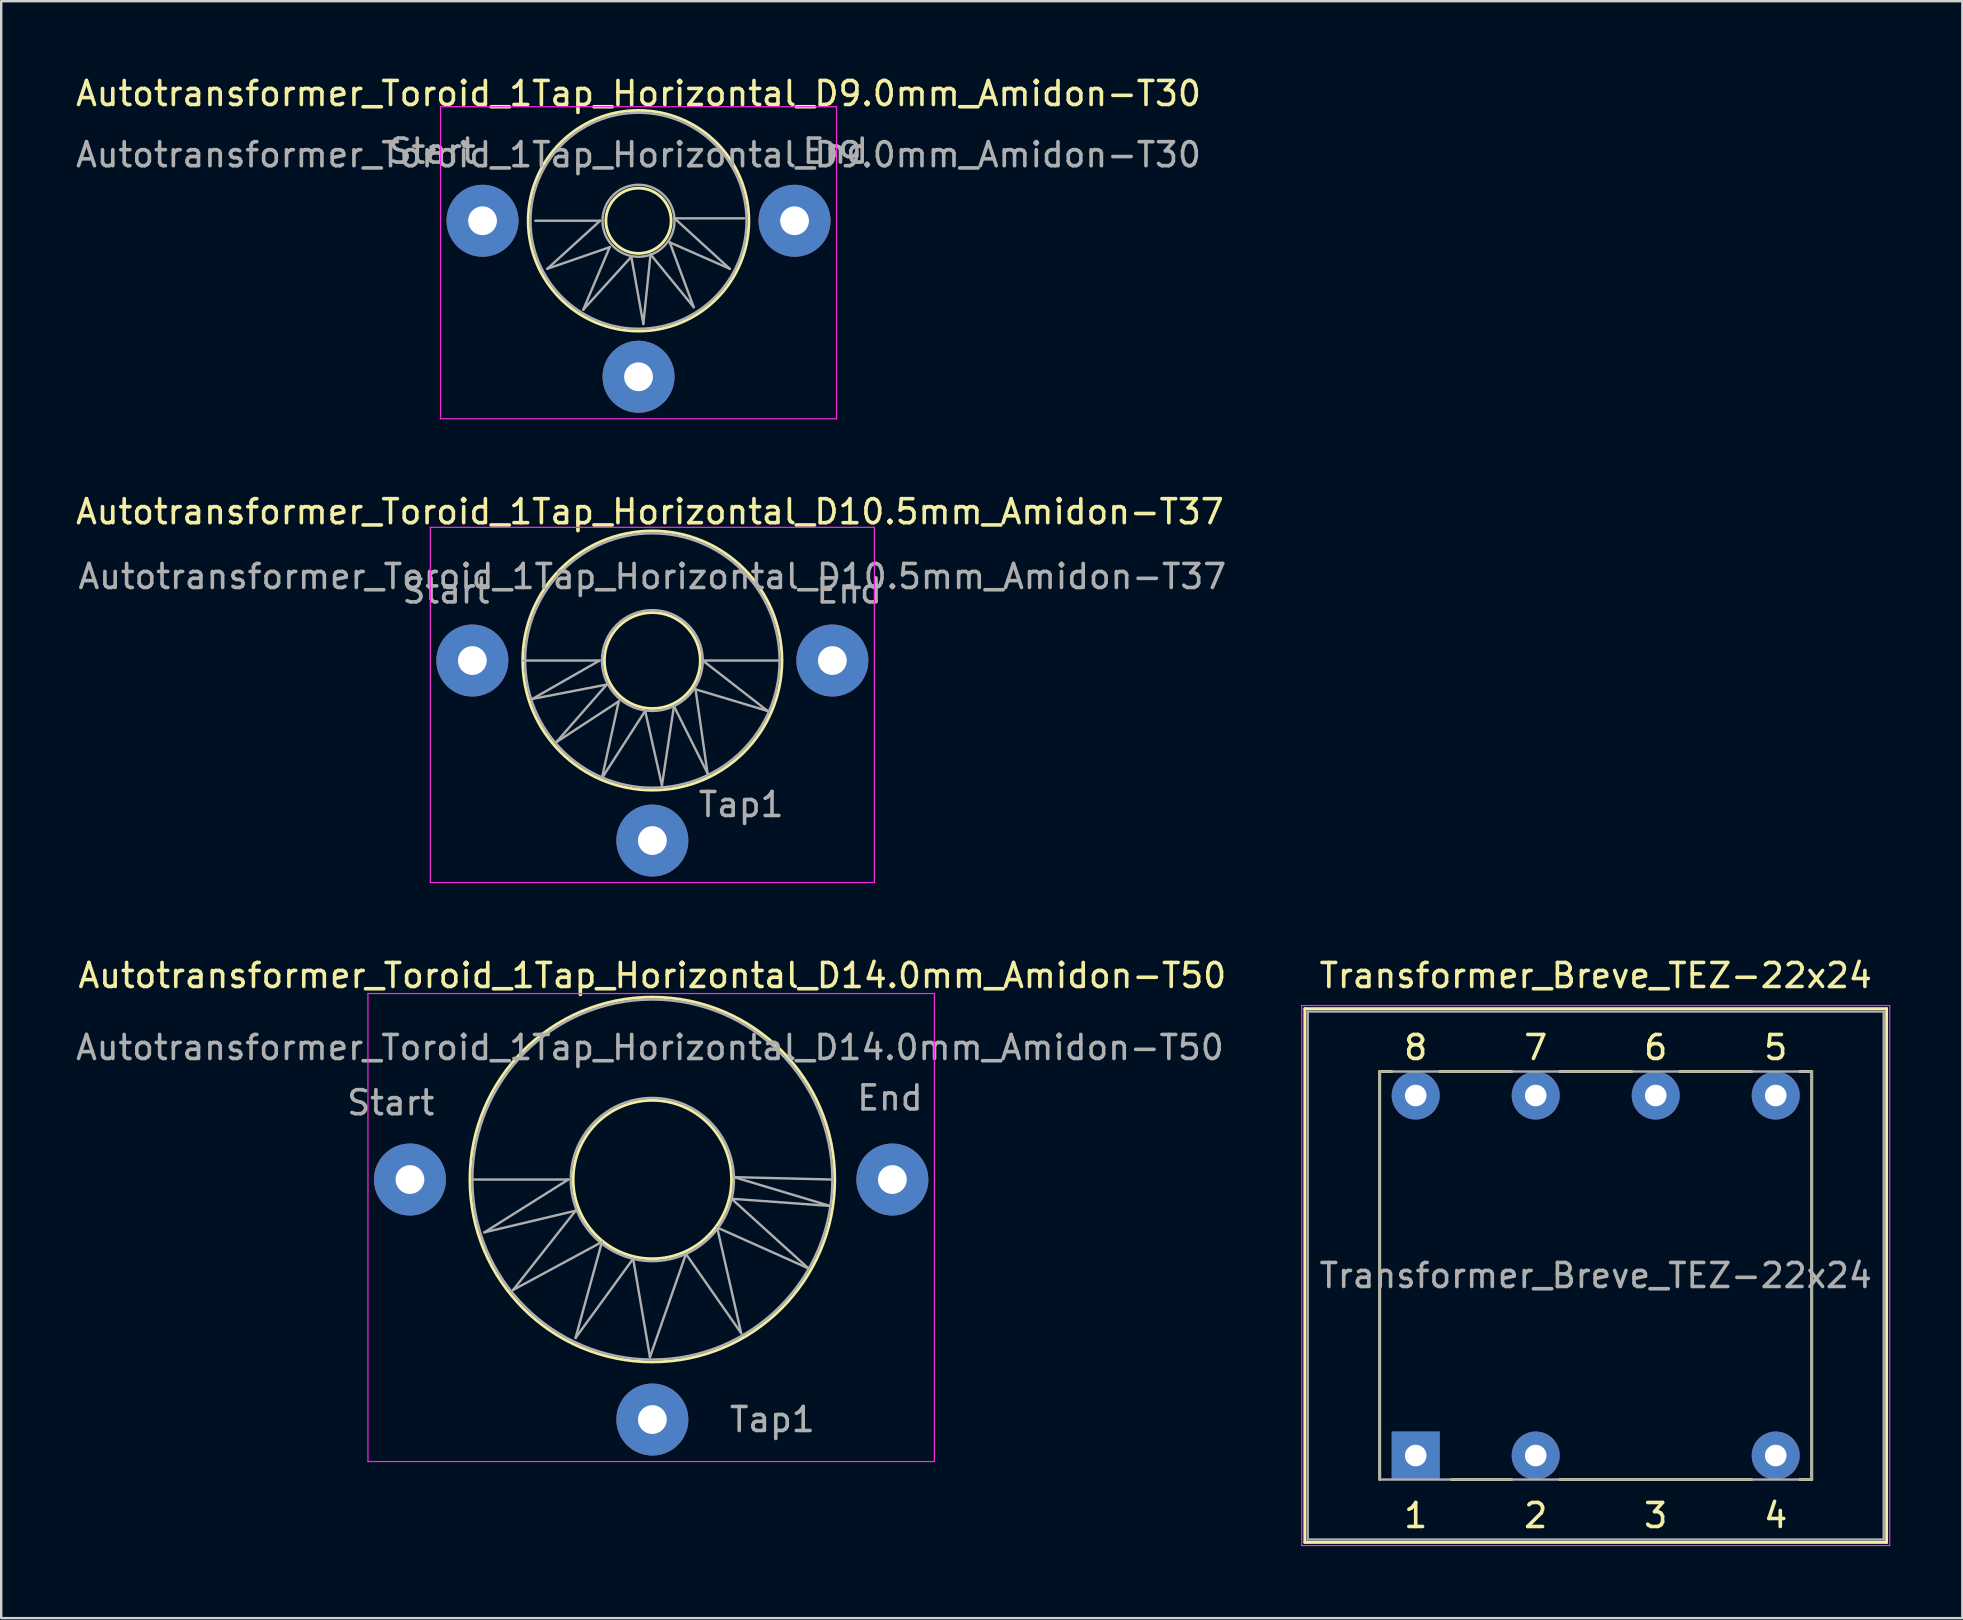
<source format=kicad_pcb>
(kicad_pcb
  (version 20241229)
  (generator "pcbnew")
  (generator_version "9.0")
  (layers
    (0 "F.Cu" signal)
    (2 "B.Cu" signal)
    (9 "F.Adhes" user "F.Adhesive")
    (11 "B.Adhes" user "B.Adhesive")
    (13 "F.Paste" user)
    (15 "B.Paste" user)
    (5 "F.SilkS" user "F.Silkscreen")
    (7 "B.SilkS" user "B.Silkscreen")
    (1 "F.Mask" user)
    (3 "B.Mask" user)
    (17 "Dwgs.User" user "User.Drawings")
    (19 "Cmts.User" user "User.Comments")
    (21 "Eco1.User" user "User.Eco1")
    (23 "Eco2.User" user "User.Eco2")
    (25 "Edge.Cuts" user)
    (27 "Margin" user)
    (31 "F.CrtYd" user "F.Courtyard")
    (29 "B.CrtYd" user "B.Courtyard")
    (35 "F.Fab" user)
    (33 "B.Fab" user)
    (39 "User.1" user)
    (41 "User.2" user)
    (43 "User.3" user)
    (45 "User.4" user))
  (footprint "Autotransformer_Toroid_1Tap_Horizontal_D14.0mm_Amidon-T50"
    (layer "F.Cu")
    (at 14.03 46.095)
    (property "Reference" "Autotransformer_Toroid_1Tap_Horizontal_D14.0mm_Amidon-T50" (at 10.1 -8.5 0) (layer "F.SilkS") (effects (font (size 1 1) (thickness 0.15))))
    (attr through_hole)
    (fp_circle (center 10.1 0) (end 13.4 0) (stroke (width 0.12) (type solid)) (fill no) (layer "F.SilkS"))
    (fp_circle (center 10.1 0) (end 17.7 0) (stroke (width 0.12) (type solid)) (fill no) (layer "F.SilkS"))
    (fp_line (start -1.75 -7.75) (end -1.75 11.75) (stroke (width 0.05) (type solid)) (layer "F.CrtYd"))
    (fp_line (start -1.75 -7.75) (end 21.85 -7.75) (stroke (width 0.05) (type solid)) (layer "F.CrtYd"))
    (fp_line (start 21.85 11.75) (end -1.75 11.75) (stroke (width 0.05) (type solid)) (layer "F.CrtYd"))
    (fp_line (start 21.85 11.75) (end 21.85 -7.75) (stroke (width 0.05) (type solid)) (layer "F.CrtYd"))
    (fp_line (start 2.6 0) (end 6.6 0) (stroke (width 0.1) (type solid)) (layer "F.Fab"))
    (fp_line (start 3.1 2.2) (end 6.9 1.3) (stroke (width 0.1) (type solid)) (layer "F.Fab"))
    (fp_line (start 4.3 4.6) (end 8 2.6) (stroke (width 0.1) (type solid)) (layer "F.Fab"))
    (fp_line (start 6.6 0) (end 3.1 2.2) (stroke (width 0.1) (type solid)) (layer "F.Fab"))
    (fp_line (start 6.9 1.3) (end 4.3 4.6) (stroke (width 0.1) (type solid)) (layer "F.Fab"))
    (fp_line (start 6.9 6.6) (end 9.3 3.3) (stroke (width 0.1) (type solid)) (layer "F.Fab"))
    (fp_line (start 8 2.6) (end 6.9 6.6) (stroke (width 0.1) (type solid)) (layer "F.Fab"))
    (fp_line (start 9.3 3.3) (end 10 7.4) (stroke (width 0.1) (type solid)) (layer "F.Fab"))
    (fp_line (start 10 7.4) (end 11.5 3.1) (stroke (width 0.1) (type solid)) (layer "F.Fab"))
    (fp_line (start 11.5 3.1) (end 13.8 6.4) (stroke (width 0.1) (type solid)) (layer "F.Fab"))
    (fp_line (start 12.8 2) (end 16.6 3.7) (stroke (width 0.1) (type solid)) (layer "F.Fab"))
    (fp_line (start 13.4 0.8) (end 17.5 1.1) (stroke (width 0.1) (type solid)) (layer "F.Fab"))
    (fp_line (start 13.5 -0.1) (end 17.6 0) (stroke (width 0.1) (type solid)) (layer "F.Fab"))
    (fp_line (start 13.8 6.4) (end 12.8 2) (stroke (width 0.1) (type solid)) (layer "F.Fab"))
    (fp_line (start 16.6 3.7) (end 13.4 0.8) (stroke (width 0.1) (type solid)) (layer "F.Fab"))
    (fp_line (start 17.5 1.1) (end 13.5 -0.1) (stroke (width 0.1) (type solid)) (layer "F.Fab"))
    (fp_circle (center 10.1 0) (end 13.5 0) (stroke (width 0.1) (type solid)) (fill no) (layer "F.Fab"))
    (fp_circle (center 10.1 0) (end 17.6 0) (stroke (width 0.1) (type solid)) (fill no) (layer "F.Fab"))
    (fp_text user "${REFERENCE}" (at 10 -5.5 0) (layer "F.Fab") (effects (font (size 1 1) (thickness 0.15))))
    (fp_text user "Start" (at -0.8 -3.2 0) (layer "F.Fab") (effects (font (size 1 1) (thickness 0.15))))
    (fp_text user "End" (at 20 -3.4 0) (layer "F.Fab") (effects (font (size 1 1) (thickness 0.15))))
    (fp_text user "Tap1" (at 15.1 10 0) (layer "F.Fab") (effects (font (size 1 1) (thickness 0.15))))
    (pad "1" thru_hole circle (at 0 0) (size 3 3) (drill 1.2) (layers "*.Cu" "*.Mask"))
    (pad "2" thru_hole circle (at 10.1 10) (size 3 3) (drill 1.2) (layers "*.Cu" "*.Mask"))
    (pad "3" thru_hole circle (at 20.1 0) (size 3 3) (drill 1.2) (layers "*.Cu" "*.Mask")))
  (footprint "Transformer_Breve_TEZ-22x24"
    (layer "F.Cu")
    (at 55.935 57.595)
    (property "Reference" "Transformer_Breve_TEZ-22x24" (at 7.5 -20 0) (layer "F.SilkS") (effects (font (size 1 1) (thickness 0.15))))
    (attr through_hole)
    (fp_line (start -4.62 -18.62) (end -4.62 3.62) (stroke (width 0.12) (type solid)) (layer "F.SilkS"))
    (fp_line (start -4.62 -18.62) (end 19.62 -18.62) (stroke (width 0.12) (type solid)) (layer "F.SilkS"))
    (fp_line (start -1.5 1) (end -1.5 -16) (stroke (width 0.12) (type solid)) (layer "F.SilkS"))
    (fp_line (start -1 -16) (end -1.5 -16) (stroke (width 0.12) (type solid)) (layer "F.SilkS"))
    (fp_line (start 1 -16) (end 4 -16) (stroke (width 0.12) (type solid)) (layer "F.SilkS"))
    (fp_line (start 4 1) (end 1.5 1) (stroke (width 0.12) (type solid)) (layer "F.SilkS"))
    (fp_line (start 6 -16) (end 9 -16) (stroke (width 0.12) (type solid)) (layer "F.SilkS"))
    (fp_line (start 6 1) (end 14 1) (stroke (width 0.12) (type solid)) (layer "F.SilkS"))
    (fp_line (start 11 -16) (end 14 -16) (stroke (width 0.12) (type solid)) (layer "F.SilkS"))
    (fp_line (start 16 -16) (end 16.5 -16) (stroke (width 0.12) (type solid)) (layer "F.SilkS"))
    (fp_line (start 16 1) (end 16.5 1) (stroke (width 0.12) (type solid)) (layer "F.SilkS"))
    (fp_line (start 16.5 1) (end 16.5 -16) (stroke (width 0.12) (type solid)) (layer "F.SilkS"))
    (fp_line (start 19.62 3.62) (end -4.62 3.62) (stroke (width 0.12) (type solid)) (layer "F.SilkS"))
    (fp_line (start 19.62 3.62) (end 19.62 -18.62) (stroke (width 0.12) (type solid)) (layer "F.SilkS"))
    (fp_line (start -4.75 -18.75) (end -4.75 3.75) (stroke (width 0.05) (type solid)) (layer "F.CrtYd"))
    (fp_line (start -4.75 -18.75) (end 19.75 -18.75) (stroke (width 0.05) (type solid)) (layer "F.CrtYd"))
    (fp_line (start 19.75 3.75) (end -4.75 3.75) (stroke (width 0.05) (type solid)) (layer "F.CrtYd"))
    (fp_line (start 19.75 3.75) (end 19.75 -18.75) (stroke (width 0.05) (type solid)) (layer "F.CrtYd"))
    (fp_line (start -4.5 -18.5) (end 19.5 -18.5) (stroke (width 0.1) (type solid)) (layer "F.Fab"))
    (fp_line (start -4.5 3.5) (end -4.5 -18.5) (stroke (width 0.1) (type solid)) (layer "F.Fab"))
    (fp_line (start -1.5 -16) (end 16.5 -16) (stroke (width 0.1) (type solid)) (layer "F.Fab"))
    (fp_line (start -1.5 1) (end -1.5 -16) (stroke (width 0.1) (type solid)) (layer "F.Fab"))
    (fp_line (start 16.5 -16) (end 16.5 1) (stroke (width 0.1) (type solid)) (layer "F.Fab"))
    (fp_line (start 16.5 1) (end -1.5 1) (stroke (width 0.1) (type solid)) (layer "F.Fab"))
    (fp_line (start 19.5 -18.5) (end 19.5 3.5) (stroke (width 0.1) (type solid)) (layer "F.Fab"))
    (fp_line (start 19.5 3.5) (end -4.5 3.5) (stroke (width 0.1) (type solid)) (layer "F.Fab"))
    (fp_text user "1" (at 0 2.5 0) (layer "F.SilkS") (effects (font (size 1 1) (thickness 0.15))))
    (fp_text user "3" (at 10 2.5 0) (layer "F.SilkS") (effects (font (size 1 1) (thickness 0.15))))
    (fp_text user "8" (at 0 -17 0) (layer "F.SilkS") (effects (font (size 1 1) (thickness 0.15))))
    (fp_text user "6" (at 10 -17 0) (layer "F.SilkS") (effects (font (size 1 1) (thickness 0.15))))
    (fp_text user "2" (at 5 2.5 0) (layer "F.SilkS") (effects (font (size 1 1) (thickness 0.15))))
    (fp_text user "7" (at 5 -17 0) (layer "F.SilkS") (effects (font (size 1 1) (thickness 0.15))))
    (fp_text user "5" (at 15 -17 0) (layer "F.SilkS") (effects (font (size 1 1) (thickness 0.15))))
    (fp_text user "4" (at 15 2.5 0) (layer "F.SilkS") (effects (font (size 1 1) (thickness 0.15))))
    (fp_text user "${REFERENCE}" (at 7.5 -7.5 0) (layer "F.Fab") (effects (font (size 1 1) (thickness 0.15))))
    (pad "1" thru_hole rect (at 0 0) (size 2 2) (drill 0.9) (layers "*.Cu" "*.Mask"))
    (pad "2" thru_hole circle (at 5 0) (size 2 2) (drill 0.9) (layers "*.Cu" "*.Mask"))
    (pad "4" thru_hole circle (at 15 0) (size 2 2) (drill 0.9) (layers "*.Cu" "*.Mask"))
    (pad "5" thru_hole circle (at 15 -15) (size 2 2) (drill 0.9) (layers "*.Cu" "*.Mask"))
    (pad "6" thru_hole circle (at 10 -15) (size 2 2) (drill 0.9) (layers "*.Cu" "*.Mask"))
    (pad "7" thru_hole circle (at 5 -15) (size 2 2) (drill 0.9) (layers "*.Cu" "*.Mask"))
    (pad "8" thru_hole circle (at 0 -15) (size 2 2) (drill 0.9) (layers "*.Cu" "*.Mask")))
  (footprint "Autotransformer_Toroid_1Tap_Horizontal_D10.5mm_Amidon-T37"
    (layer "F.Cu")
    (at 16.63 24.471)
    (property "Reference" "Autotransformer_Toroid_1Tap_Horizontal_D10.5mm_Amidon-T37" (at 7.4 -6.2 0) (layer "F.SilkS") (effects (font (size 1 1) (thickness 0.15))))
    (attr through_hole)
    (fp_circle (center 7.5 0) (end 9.5 0) (stroke (width 0.12) (type solid)) (fill no) (layer "F.SilkS"))
    (fp_circle (center 7.5 0) (end 12.9 0) (stroke (width 0.12) (type solid)) (fill no) (layer "F.SilkS"))
    (fp_line (start -1.75 -5.55) (end -1.75 9.25) (stroke (width 0.05) (type solid)) (layer "F.CrtYd"))
    (fp_line (start -1.75 -5.55) (end 16.75 -5.55) (stroke (width 0.05) (type solid)) (layer "F.CrtYd"))
    (fp_line (start 16.75 9.25) (end -1.75 9.25) (stroke (width 0.05) (type solid)) (layer "F.CrtYd"))
    (fp_line (start 16.75 9.25) (end 16.75 -5.55) (stroke (width 0.05) (type solid)) (layer "F.CrtYd"))
    (fp_line (start 2.1 0) (end 5.3 0) (stroke (width 0.1) (type solid)) (layer "F.Fab"))
    (fp_line (start 2.5 1.6) (end 5.6 1) (stroke (width 0.1) (type solid)) (layer "F.Fab"))
    (fp_line (start 3.5 3.4) (end 6.1 1.7) (stroke (width 0.1) (type solid)) (layer "F.Fab"))
    (fp_line (start 5.3 0) (end 2.5 1.6) (stroke (width 0.1) (type solid)) (layer "F.Fab"))
    (fp_line (start 5.4 4.9) (end 7.2 2.1) (stroke (width 0.1) (type solid)) (layer "F.Fab"))
    (fp_line (start 5.6 1) (end 3.5 3.4) (stroke (width 0.1) (type solid)) (layer "F.Fab"))
    (fp_line (start 6.1 1.7) (end 5.4 4.9) (stroke (width 0.1) (type solid)) (layer "F.Fab"))
    (fp_line (start 7.2 2.1) (end 7.9 5.2) (stroke (width 0.1) (type solid)) (layer "F.Fab"))
    (fp_line (start 7.9 5.2) (end 8.4 1.9) (stroke (width 0.1) (type solid)) (layer "F.Fab"))
    (fp_line (start 8.4 1.9) (end 9.8 4.7) (stroke (width 0.1) (type solid)) (layer "F.Fab"))
    (fp_line (start 9.3 1.2) (end 12.3 2.1) (stroke (width 0.1) (type solid)) (layer "F.Fab"))
    (fp_line (start 9.6 0) (end 12.8 0) (stroke (width 0.1) (type solid)) (layer "F.Fab"))
    (fp_line (start 9.8 4.7) (end 9.3 1.2) (stroke (width 0.1) (type solid)) (layer "F.Fab"))
    (fp_line (start 12.3 2.1) (end 9.6 0) (stroke (width 0.1) (type solid)) (layer "F.Fab"))
    (fp_circle (center 7.5 0) (end 9.6 0) (stroke (width 0.1) (type solid)) (fill no) (layer "F.Fab"))
    (fp_circle (center 7.5 0) (end 12.8 0) (stroke (width 0.1) (type solid)) (fill no) (layer "F.Fab"))
    (fp_text user "End" (at 15.7 -2.9 0) (layer "F.Fab") (effects (font (size 1 1) (thickness 0.15))))
    (fp_text user "Tap1" (at 11.2 6 0) (layer "F.Fab") (effects (font (size 1 1) (thickness 0.15))))
    (fp_text user "Start" (at -1.1 -2.9 0) (layer "F.Fab") (effects (font (size 1 1) (thickness 0.15))))
    (fp_text user "${REFERENCE}" (at 7.5 -3.5 0) (layer "F.Fab") (effects (font (size 1 1) (thickness 0.15))))
    (pad "1" thru_hole circle (at 0 0) (size 3 3) (drill 1.2) (layers "*.Cu" "*.Mask"))
    (pad "2" thru_hole circle (at 7.5 7.5) (size 3 3) (drill 1.2) (layers "*.Cu" "*.Mask"))
    (pad "3" thru_hole circle (at 15 0) (size 3 3) (drill 1.2) (layers "*.Cu" "*.Mask")))
  (footprint "Autotransformer_Toroid_1Tap_Horizontal_D9.0mm_Amidon-T30"
    (layer "F.Cu")
    (at 17.054 6.148)
    (property "Reference" "Autotransformer_Toroid_1Tap_Horizontal_D9.0mm_Amidon-T30" (at 6.5 -5.3 0) (layer "F.SilkS") (effects (font (size 1 1) (thickness 0.15))))
    (attr through_hole)
    (fp_circle (center 6.5 0) (end 7.6 0.8) (stroke (width 0.12) (type solid)) (fill no) (layer "F.SilkS"))
    (fp_circle (center 6.5 0) (end 9.8 3.2) (stroke (width 0.12) (type solid)) (fill no) (layer "F.SilkS"))
    (fp_line (start -1.75 -4.75) (end -1.75 8.25) (stroke (width 0.05) (type solid)) (layer "F.CrtYd"))
    (fp_line (start -1.75 -4.75) (end 14.75 -4.75) (stroke (width 0.05) (type solid)) (layer "F.CrtYd"))
    (fp_line (start 14.75 8.25) (end -1.75 8.25) (stroke (width 0.05) (type solid)) (layer "F.CrtYd"))
    (fp_line (start 14.75 8.25) (end 14.75 -4.75) (stroke (width 0.05) (type solid)) (layer "F.CrtYd"))
    (fp_line (start 2.2 0) (end 4.9 0) (stroke (width 0.1) (type solid)) (layer "F.Fab"))
    (fp_line (start 2.7 2) (end 5.3 1.1) (stroke (width 0.1) (type solid)) (layer "F.Fab"))
    (fp_line (start 4.2 3.7) (end 6.2 1.5) (stroke (width 0.1) (type solid)) (layer "F.Fab"))
    (fp_line (start 4.9 0) (end 2.7 2) (stroke (width 0.1) (type solid)) (layer "F.Fab"))
    (fp_line (start 5.3 1.1) (end 4.2 3.7) (stroke (width 0.1) (type solid)) (layer "F.Fab"))
    (fp_line (start 6.2 1.5) (end 6.7 4.3) (stroke (width 0.1) (type solid)) (layer "F.Fab"))
    (fp_line (start 6.7 4.3) (end 7 1.4) (stroke (width 0.1) (type solid)) (layer "F.Fab"))
    (fp_line (start 7 1.4) (end 8.8 3.6) (stroke (width 0.1) (type solid)) (layer "F.Fab"))
    (fp_line (start 7.8 0.9) (end 10.3 2) (stroke (width 0.1) (type solid)) (layer "F.Fab"))
    (fp_line (start 8 -0.1) (end 10.9 -0.1) (stroke (width 0.1) (type solid)) (layer "F.Fab"))
    (fp_line (start 8.8 3.6) (end 7.8 0.9) (stroke (width 0.1) (type solid)) (layer "F.Fab"))
    (fp_line (start 10.3 2) (end 8 -0.1) (stroke (width 0.1) (type solid)) (layer "F.Fab"))
    (fp_circle (center 6.5 0) (end 8 0) (stroke (width 0.1) (type solid)) (fill no) (layer "F.Fab"))
    (fp_circle (center 6.5 0) (end 11 0) (stroke (width 0.1) (type solid)) (fill no) (layer "F.Fab"))
    (fp_text user "End" (at 14.7 -2.9 0) (layer "F.Fab") (effects (font (size 1 1) (thickness 0.15))))
    (fp_text user "Start" (at -2.1 -2.9 0) (layer "F.Fab") (effects (font (size 1 1) (thickness 0.15))))
    (fp_text user "${REFERENCE}" (at 6.5 -2.75 0) (layer "F.Fab") (effects (font (size 1 1) (thickness 0.15))))
    (pad "1" thru_hole circle (at 0 0) (size 3 3) (drill 1.2) (layers "*.Cu" "*.Mask"))
    (pad "2" thru_hole circle (at 6.5 6.5) (size 3 3) (drill 1.2) (layers "*.Cu" "*.Mask"))
    (pad "3" thru_hole circle (at 13 0) (size 3 3) (drill 1.2) (layers "*.Cu" "*.Mask")))
  (gr_rect
    (start -3 -3)
    (end 78.71 64.37)
    (stroke (width 0.1) (type default))
    (fill no)
    (layer "Edge.Cuts")))
</source>
